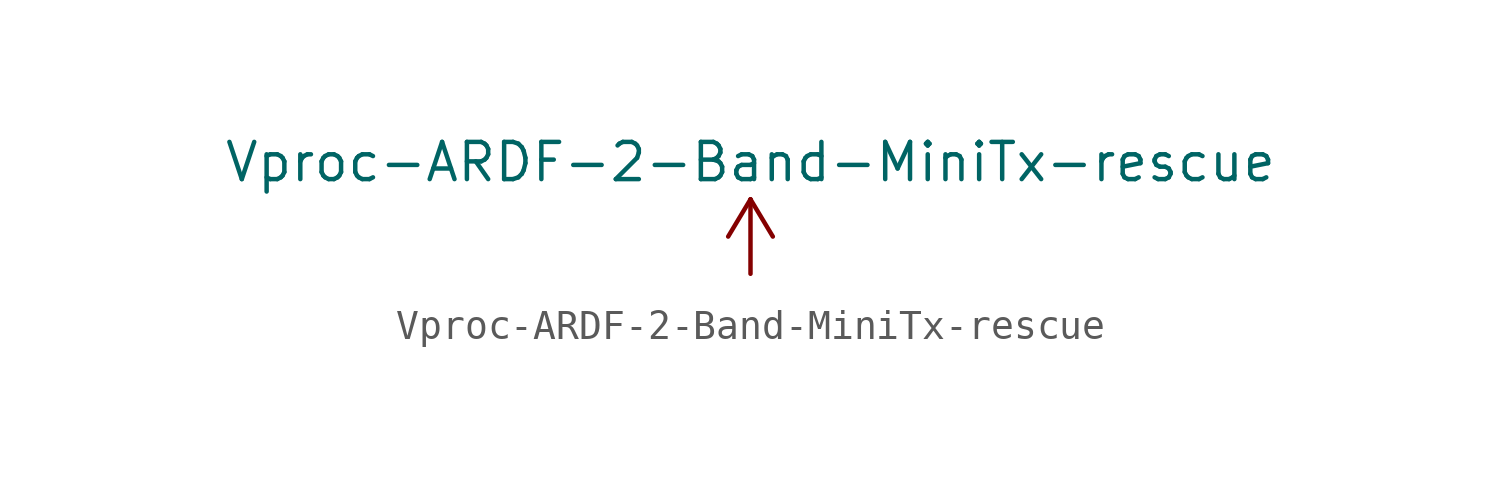
<source format=kicad_sym>
(kicad_symbol_lib
  (version 20211014)
  (generator kicad_symbol_editor)
  (symbol "Vproc-ARDF-2-Band-MiniTx-rescue"
    (power)
    (pin_names
      (offset 0))
    (property "Reference" "#PWR"
      (at 0 -3.81 0)
      (effects (font (size 1.27 1.27)) hide))
    (property "Value" "Vproc-ARDF-2-Band-MiniTx-rescue"
      (at 0 3.81 0)
      (effects (font (size 1.27 1.27))))
    (property "Footprint" ""
      (at 0 0 0)
      (effects (font (size 1.27 1.27))))
    (property "Datasheet" ""
      (at 0 0 0)
      (effects (font (size 1.27 1.27))))
    (symbol "Vproc-ARDF-2-Band-MiniTx-rescue_0_1"
      (polyline (pts (xy -0.762 1.27) (xy 0 2.54)) (stroke (width 0) (type default) (color 0 0 0 0)) (fill (type none)))
      (polyline (pts (xy 0 0) (xy 0 2.54)) (stroke (width 0) (type default) (color 0 0 0 0)) (fill (type none)))
      (polyline (pts (xy 0 2.54) (xy 0.762 1.27)) (stroke (width 0) (type default) (color 0 0 0 0)) (fill (type none))))
    (symbol "Vproc-ARDF-2-Band-MiniTx-rescue_1_1"
      (pin power_in line (at 0 0 90) (length 0) hide (name "Vproc" (effects (font (size 1.27 1.27)))) (number "1" (effects (font (size 1.27 1.27))))))))
</source>
